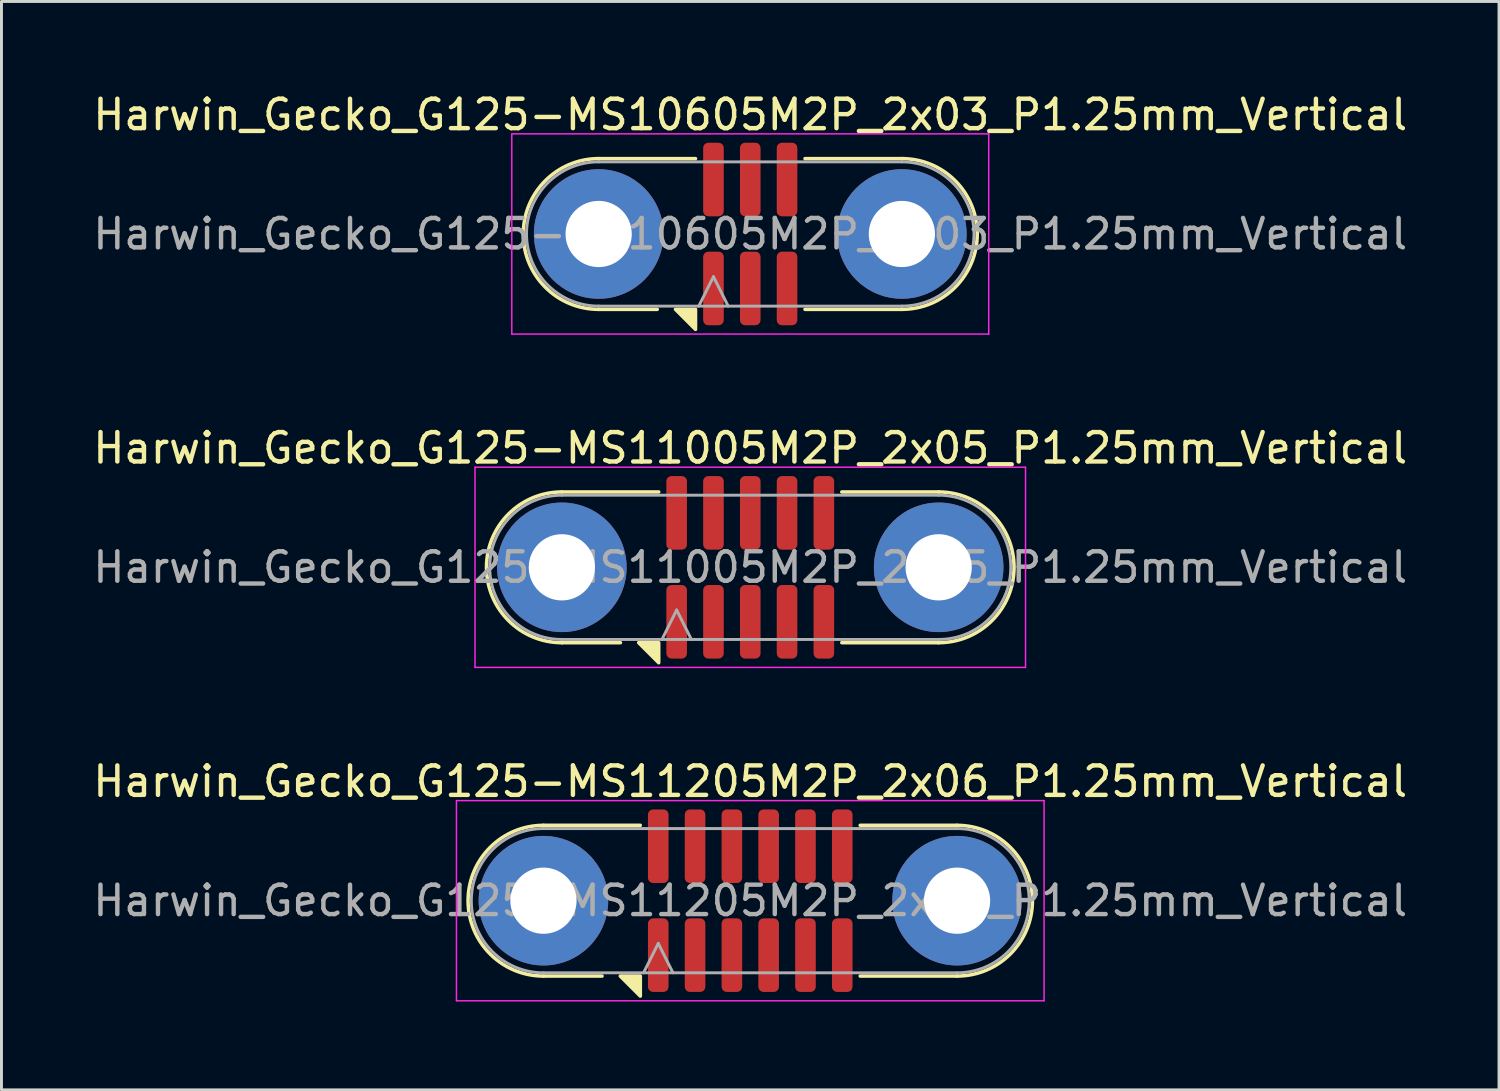
<source format=kicad_pcb>
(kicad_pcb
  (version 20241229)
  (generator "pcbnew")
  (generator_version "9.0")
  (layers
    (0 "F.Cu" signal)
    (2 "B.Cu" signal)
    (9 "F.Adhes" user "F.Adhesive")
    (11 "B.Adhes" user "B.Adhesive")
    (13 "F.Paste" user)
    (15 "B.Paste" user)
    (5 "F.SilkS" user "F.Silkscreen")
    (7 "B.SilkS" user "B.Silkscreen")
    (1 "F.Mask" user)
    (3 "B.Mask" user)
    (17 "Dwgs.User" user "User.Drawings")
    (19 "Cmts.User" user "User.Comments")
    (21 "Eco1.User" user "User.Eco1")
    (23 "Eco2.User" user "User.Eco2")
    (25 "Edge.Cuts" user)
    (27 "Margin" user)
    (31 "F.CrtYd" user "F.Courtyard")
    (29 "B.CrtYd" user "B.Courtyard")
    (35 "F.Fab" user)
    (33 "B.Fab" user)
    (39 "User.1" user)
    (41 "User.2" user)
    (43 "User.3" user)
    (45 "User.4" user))
  (footprint "Harwin_Gecko_G125-MS10605M2P_2x03_P1.25mm_Vertical"
    (layer "F.Cu")
    (at 22.435 4.898)
    (property "Reference" "Harwin_Gecko_G125-MS10605M2P_2x03_P1.25mm_Vertical" (at 0 -4.05 0) (layer "F.SilkS") (effects (font (size 1 1) (thickness 0.15))))
    (attr smd)
    (fp_line (start -3.16 2.56) (end -5.15 2.56) (stroke (width 0.12) (type solid)) (layer "F.SilkS"))
    (fp_line (start -1.86 -2.56) (end -5.15 -2.56) (stroke (width 0.12) (type solid)) (layer "F.SilkS"))
    (fp_line (start 1.86 -2.56) (end 5.15 -2.56) (stroke (width 0.12) (type solid)) (layer "F.SilkS"))
    (fp_line (start 1.86 2.56) (end 5.15 2.56) (stroke (width 0.12) (type solid)) (layer "F.SilkS"))
    (fp_arc (start -5.15 2.56) (mid -7.71 0) (end -5.15 -2.56) (stroke (width 0.12) (type solid)) (layer "F.SilkS"))
    (fp_arc (start 5.15 -2.56) (mid 7.71 0) (end 5.15 2.56) (stroke (width 0.12) (type solid)) (layer "F.SilkS"))
    (fp_poly (pts (xy -1.86 2.56) (xy -1.86 3.24) (xy -2.54 2.56)) (stroke (width 0.12) (type solid)) (fill yes) (layer "F.SilkS"))
    (fp_line (start -8.1 -3.4) (end -8.1 3.4) (stroke (width 0.05) (type solid)) (layer "F.CrtYd"))
    (fp_line (start -8.1 3.4) (end 8.1 3.4) (stroke (width 0.05) (type solid)) (layer "F.CrtYd"))
    (fp_line (start 8.1 -3.4) (end -8.1 -3.4) (stroke (width 0.05) (type solid)) (layer "F.CrtYd"))
    (fp_line (start 8.1 3.4) (end 8.1 -3.4) (stroke (width 0.05) (type solid)) (layer "F.CrtYd"))
    (fp_line (start -5.15 -2.45) (end 5.15 -2.45) (stroke (width 0.1) (type solid)) (layer "F.Fab"))
    (fp_line (start -1.75 2.45) (end -1.25 1.45) (stroke (width 0.1) (type solid)) (layer "F.Fab"))
    (fp_line (start -1.25 1.45) (end -0.75 2.45) (stroke (width 0.1) (type solid)) (layer "F.Fab"))
    (fp_line (start 5.15 2.45) (end -5.15 2.45) (stroke (width 0.1) (type solid)) (layer "F.Fab"))
    (fp_arc (start -5.15 2.45) (mid -7.6 0) (end -5.15 -2.45) (stroke (width 0.1) (type solid)) (layer "F.Fab"))
    (fp_arc (start 5.15 -2.45) (mid 7.6 0) (end 5.15 2.45) (stroke (width 0.1) (type solid)) (layer "F.Fab"))
    (fp_text user "${REFERENCE}" (at 0 0 0) (layer "F.Fab") (effects (font (size 1 1) (thickness 0.15))))
    (pad "1" smd roundrect (at -1.25 1.85) (size 0.7 2.5) (layers "F.Cu" "F.Mask" "F.Paste") (roundrect_rratio 0.25))
    (pad "2" smd roundrect (at 0 1.85) (size 0.7 2.5) (layers "F.Cu" "F.Mask" "F.Paste") (roundrect_rratio 0.25))
    (pad "3" smd roundrect (at 1.25 1.85) (size 0.7 2.5) (layers "F.Cu" "F.Mask" "F.Paste") (roundrect_rratio 0.25))
    (pad "4" smd roundrect (at -1.25 -1.85) (size 0.7 2.5) (layers "F.Cu" "F.Mask" "F.Paste") (roundrect_rratio 0.25))
    (pad "5" smd roundrect (at 0 -1.85) (size 0.7 2.5) (layers "F.Cu" "F.Mask" "F.Paste") (roundrect_rratio 0.25))
    (pad "6" smd roundrect (at 1.25 -1.85) (size 0.7 2.5) (layers "F.Cu" "F.Mask" "F.Paste") (roundrect_rratio 0.25))
    (pad "MP" thru_hole circle (at -5.15 0) (size 4.4 4.4) (drill 2.25) (layers "*.Cu" "*.Mask"))
    (pad "MP" thru_hole circle (at 5.15 0) (size 4.4 4.4) (drill 2.25) (layers "*.Cu" "*.Mask")))
  (footprint "Harwin_Gecko_G125-MS11005M2P_2x05_P1.25mm_Vertical"
    (layer "F.Cu")
    (at 22.435 16.221)
    (property "Reference" "Harwin_Gecko_G125-MS11005M2P_2x05_P1.25mm_Vertical" (at 0 -4.05 0) (layer "F.SilkS") (effects (font (size 1 1) (thickness 0.15))))
    (attr smd)
    (fp_line (start -4.41 2.56) (end -6.4 2.56) (stroke (width 0.12) (type solid)) (layer "F.SilkS"))
    (fp_line (start -3.11 -2.56) (end -6.4 -2.56) (stroke (width 0.12) (type solid)) (layer "F.SilkS"))
    (fp_line (start 3.11 -2.56) (end 6.4 -2.56) (stroke (width 0.12) (type solid)) (layer "F.SilkS"))
    (fp_line (start 3.11 2.56) (end 6.4 2.56) (stroke (width 0.12) (type solid)) (layer "F.SilkS"))
    (fp_arc (start -6.4 2.56) (mid -8.96 0) (end -6.4 -2.56) (stroke (width 0.12) (type solid)) (layer "F.SilkS"))
    (fp_arc (start 6.4 -2.56) (mid 8.96 0) (end 6.4 2.56) (stroke (width 0.12) (type solid)) (layer "F.SilkS"))
    (fp_poly (pts (xy -3.11 2.56) (xy -3.11 3.24) (xy -3.79 2.56)) (stroke (width 0.12) (type solid)) (fill yes) (layer "F.SilkS"))
    (fp_line (start -9.35 -3.4) (end -9.35 3.4) (stroke (width 0.05) (type solid)) (layer "F.CrtYd"))
    (fp_line (start -9.35 3.4) (end 9.35 3.4) (stroke (width 0.05) (type solid)) (layer "F.CrtYd"))
    (fp_line (start 9.35 -3.4) (end -9.35 -3.4) (stroke (width 0.05) (type solid)) (layer "F.CrtYd"))
    (fp_line (start 9.35 3.4) (end 9.35 -3.4) (stroke (width 0.05) (type solid)) (layer "F.CrtYd"))
    (fp_line (start -6.4 -2.45) (end 6.4 -2.45) (stroke (width 0.1) (type solid)) (layer "F.Fab"))
    (fp_line (start -3 2.45) (end -2.5 1.45) (stroke (width 0.1) (type solid)) (layer "F.Fab"))
    (fp_line (start -2.5 1.45) (end -2 2.45) (stroke (width 0.1) (type solid)) (layer "F.Fab"))
    (fp_line (start 6.4 2.45) (end -6.4 2.45) (stroke (width 0.1) (type solid)) (layer "F.Fab"))
    (fp_arc (start -6.4 2.45) (mid -8.85 0) (end -6.4 -2.45) (stroke (width 0.1) (type solid)) (layer "F.Fab"))
    (fp_arc (start 6.4 -2.45) (mid 8.85 0) (end 6.4 2.45) (stroke (width 0.1) (type solid)) (layer "F.Fab"))
    (fp_text user "${REFERENCE}" (at 0 0 0) (layer "F.Fab") (effects (font (size 1 1) (thickness 0.15))))
    (pad "1" smd roundrect (at -2.5 1.85) (size 0.7 2.5) (layers "F.Cu" "F.Mask" "F.Paste") (roundrect_rratio 0.25))
    (pad "2" smd roundrect (at -1.25 1.85) (size 0.7 2.5) (layers "F.Cu" "F.Mask" "F.Paste") (roundrect_rratio 0.25))
    (pad "3" smd roundrect (at 0 1.85) (size 0.7 2.5) (layers "F.Cu" "F.Mask" "F.Paste") (roundrect_rratio 0.25))
    (pad "4" smd roundrect (at 1.25 1.85) (size 0.7 2.5) (layers "F.Cu" "F.Mask" "F.Paste") (roundrect_rratio 0.25))
    (pad "5" smd roundrect (at 2.5 1.85) (size 0.7 2.5) (layers "F.Cu" "F.Mask" "F.Paste") (roundrect_rratio 0.25))
    (pad "6" smd roundrect (at -2.5 -1.85) (size 0.7 2.5) (layers "F.Cu" "F.Mask" "F.Paste") (roundrect_rratio 0.25))
    (pad "7" smd roundrect (at -1.25 -1.85) (size 0.7 2.5) (layers "F.Cu" "F.Mask" "F.Paste") (roundrect_rratio 0.25))
    (pad "8" smd roundrect (at 0 -1.85) (size 0.7 2.5) (layers "F.Cu" "F.Mask" "F.Paste") (roundrect_rratio 0.25))
    (pad "9" smd roundrect (at 1.25 -1.85) (size 0.7 2.5) (layers "F.Cu" "F.Mask" "F.Paste") (roundrect_rratio 0.25))
    (pad "10" smd roundrect (at 2.5 -1.85) (size 0.7 2.5) (layers "F.Cu" "F.Mask" "F.Paste") (roundrect_rratio 0.25))
    (pad "MP" thru_hole circle (at -6.4 0) (size 4.4 4.4) (drill 2.25) (layers "*.Cu" "*.Mask"))
    (pad "MP" thru_hole circle (at 6.4 0) (size 4.4 4.4) (drill 2.25) (layers "*.Cu" "*.Mask")))
  (footprint "Harwin_Gecko_G125-MS11205M2P_2x06_P1.25mm_Vertical"
    (layer "F.Cu")
    (at 22.435 27.545)
    (property "Reference" "Harwin_Gecko_G125-MS11205M2P_2x06_P1.25mm_Vertical" (at 0 -4.05 0) (layer "F.SilkS") (effects (font (size 1 1) (thickness 0.15))))
    (attr smd)
    (fp_line (start -5.035 2.56) (end -7.025 2.56) (stroke (width 0.12) (type solid)) (layer "F.SilkS"))
    (fp_line (start -3.735 -2.56) (end -7.025 -2.56) (stroke (width 0.12) (type solid)) (layer "F.SilkS"))
    (fp_line (start 3.735 -2.56) (end 7.025 -2.56) (stroke (width 0.12) (type solid)) (layer "F.SilkS"))
    (fp_line (start 3.735 2.56) (end 7.025 2.56) (stroke (width 0.12) (type solid)) (layer "F.SilkS"))
    (fp_arc (start -7.025 2.56) (mid -9.585 0) (end -7.025 -2.56) (stroke (width 0.12) (type solid)) (layer "F.SilkS"))
    (fp_arc (start 7.025 -2.56) (mid 9.585 0) (end 7.025 2.56) (stroke (width 0.12) (type solid)) (layer "F.SilkS"))
    (fp_poly (pts (xy -3.735 2.56) (xy -3.735 3.24) (xy -4.415 2.56)) (stroke (width 0.12) (type solid)) (fill yes) (layer "F.SilkS"))
    (fp_line (start -9.98 -3.4) (end -9.98 3.4) (stroke (width 0.05) (type solid)) (layer "F.CrtYd"))
    (fp_line (start -9.98 3.4) (end 9.98 3.4) (stroke (width 0.05) (type solid)) (layer "F.CrtYd"))
    (fp_line (start 9.98 -3.4) (end -9.98 -3.4) (stroke (width 0.05) (type solid)) (layer "F.CrtYd"))
    (fp_line (start 9.98 3.4) (end 9.98 -3.4) (stroke (width 0.05) (type solid)) (layer "F.CrtYd"))
    (fp_line (start -7.025 -2.45) (end 7.025 -2.45) (stroke (width 0.1) (type solid)) (layer "F.Fab"))
    (fp_line (start -3.625 2.45) (end -3.125 1.45) (stroke (width 0.1) (type solid)) (layer "F.Fab"))
    (fp_line (start -3.125 1.45) (end -2.625 2.45) (stroke (width 0.1) (type solid)) (layer "F.Fab"))
    (fp_line (start 7.025 2.45) (end -7.025 2.45) (stroke (width 0.1) (type solid)) (layer "F.Fab"))
    (fp_arc (start -7.025 2.45) (mid -9.475 0) (end -7.025 -2.45) (stroke (width 0.1) (type solid)) (layer "F.Fab"))
    (fp_arc (start 7.025 -2.45) (mid 9.475 0) (end 7.025 2.45) (stroke (width 0.1) (type solid)) (layer "F.Fab"))
    (fp_text user "${REFERENCE}" (at 0 0 0) (layer "F.Fab") (effects (font (size 1 1) (thickness 0.15))))
    (pad "1" smd roundrect (at -3.125 1.85) (size 0.7 2.5) (layers "F.Cu" "F.Mask" "F.Paste") (roundrect_rratio 0.25))
    (pad "2" smd roundrect (at -1.875 1.85) (size 0.7 2.5) (layers "F.Cu" "F.Mask" "F.Paste") (roundrect_rratio 0.25))
    (pad "3" smd roundrect (at -0.625 1.85) (size 0.7 2.5) (layers "F.Cu" "F.Mask" "F.Paste") (roundrect_rratio 0.25))
    (pad "4" smd roundrect (at 0.625 1.85) (size 0.7 2.5) (layers "F.Cu" "F.Mask" "F.Paste") (roundrect_rratio 0.25))
    (pad "5" smd roundrect (at 1.875 1.85) (size 0.7 2.5) (layers "F.Cu" "F.Mask" "F.Paste") (roundrect_rratio 0.25))
    (pad "6" smd roundrect (at 3.125 1.85) (size 0.7 2.5) (layers "F.Cu" "F.Mask" "F.Paste") (roundrect_rratio 0.25))
    (pad "7" smd roundrect (at -3.125 -1.85) (size 0.7 2.5) (layers "F.Cu" "F.Mask" "F.Paste") (roundrect_rratio 0.25))
    (pad "8" smd roundrect (at -1.875 -1.85) (size 0.7 2.5) (layers "F.Cu" "F.Mask" "F.Paste") (roundrect_rratio 0.25))
    (pad "9" smd roundrect (at -0.625 -1.85) (size 0.7 2.5) (layers "F.Cu" "F.Mask" "F.Paste") (roundrect_rratio 0.25))
    (pad "10" smd roundrect (at 0.625 -1.85) (size 0.7 2.5) (layers "F.Cu" "F.Mask" "F.Paste") (roundrect_rratio 0.25))
    (pad "11" smd roundrect (at 1.875 -1.85) (size 0.7 2.5) (layers "F.Cu" "F.Mask" "F.Paste") (roundrect_rratio 0.25))
    (pad "12" smd roundrect (at 3.125 -1.85) (size 0.7 2.5) (layers "F.Cu" "F.Mask" "F.Paste") (roundrect_rratio 0.25))
    (pad "MP" thru_hole circle (at -7.025 0) (size 4.4 4.4) (drill 2.25) (layers "*.Cu" "*.Mask"))
    (pad "MP" thru_hole circle (at 7.025 0) (size 4.4 4.4) (drill 2.25) (layers "*.Cu" "*.Mask")))
  (gr_rect
    (start -3 -3)
    (end 47.869 33.97)
    (stroke (width 0.1) (type default))
    (fill no)
    (layer "Edge.Cuts")))
</source>
